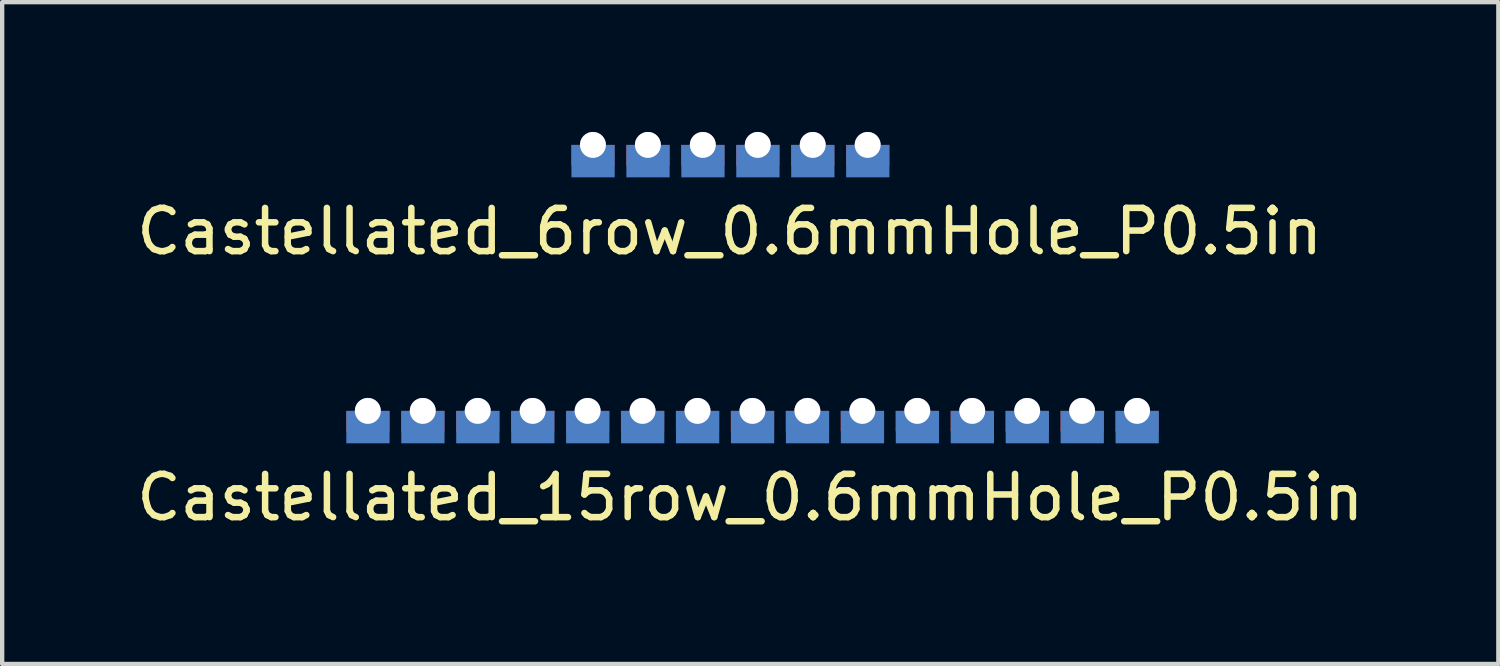
<source format=kicad_pcb>
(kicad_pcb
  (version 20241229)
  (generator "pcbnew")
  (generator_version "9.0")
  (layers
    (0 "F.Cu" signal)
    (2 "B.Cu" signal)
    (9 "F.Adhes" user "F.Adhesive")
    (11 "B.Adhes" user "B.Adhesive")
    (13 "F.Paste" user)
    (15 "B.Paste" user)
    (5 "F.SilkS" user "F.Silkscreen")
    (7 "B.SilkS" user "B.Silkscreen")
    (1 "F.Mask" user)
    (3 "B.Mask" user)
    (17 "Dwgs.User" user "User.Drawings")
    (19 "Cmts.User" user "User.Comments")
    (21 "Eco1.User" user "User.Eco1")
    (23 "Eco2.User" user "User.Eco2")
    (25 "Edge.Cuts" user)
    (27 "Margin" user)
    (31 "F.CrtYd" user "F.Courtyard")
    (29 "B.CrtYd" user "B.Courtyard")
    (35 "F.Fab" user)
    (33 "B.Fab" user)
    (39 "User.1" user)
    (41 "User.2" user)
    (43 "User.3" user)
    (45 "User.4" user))
  (footprint "Castellated_15row_0.6mmHole_P0.5in"
    (layer "F.Cu")
    (at 14.342 6.448)
    (property "Reference" "Castellated_15row_0.6mmHole_P0.5in" (at -0.05 2 0) (layer "F.SilkS") (effects (font (size 1 1) (thickness 0.15))))
    (attr through_hole)
    (pad "1" thru_hole circle (at 8.89 0) (size 0.6 0.6) (drill 0.6) (layers "*.Cu"))
    (pad "1" smd rect (at 8.89 0.225) (size 1 0.45) (layers "F.Cu" "F.Mask"))
    (pad "1" smd roundrect (at 8.89 0.45) (size 1 0.2) (layers "F.Cu" "F.Mask") (roundrect_rratio 0.5))
    (pad "1" smd rect (at 8.893 0.374) (size 1 0.75) (layers "B.Cu" "B.Mask"))
    (pad "2" thru_hole circle (at 7.62 0) (size 0.6 0.6) (drill 0.6) (layers "*.Cu"))
    (pad "2" smd rect (at 7.62 0.225) (size 1 0.45) (layers "F.Cu" "F.Mask"))
    (pad "2" smd roundrect (at 7.62 0.45) (size 1 0.2) (layers "F.Cu" "F.Mask") (roundrect_rratio 0.5))
    (pad "2" smd rect (at 7.623 0.374) (size 1 0.75) (layers "B.Cu" "B.Mask"))
    (pad "3" thru_hole circle (at 6.35 0) (size 0.6 0.6) (drill 0.6) (layers "*.Cu"))
    (pad "3" smd rect (at 6.35 0.225) (size 1 0.45) (layers "F.Cu" "F.Mask"))
    (pad "3" smd roundrect (at 6.35 0.45) (size 1 0.2) (layers "F.Cu" "F.Mask") (roundrect_rratio 0.5))
    (pad "3" smd rect (at 6.353 0.374) (size 1 0.75) (layers "B.Cu" "B.Mask"))
    (pad "4" thru_hole circle (at 5.08 0) (size 0.6 0.6) (drill 0.6) (layers "*.Cu"))
    (pad "4" smd rect (at 5.08 0.225) (size 1 0.45) (layers "F.Cu" "F.Mask"))
    (pad "4" smd roundrect (at 5.08 0.45) (size 1 0.2) (layers "F.Cu" "F.Mask") (roundrect_rratio 0.5))
    (pad "4" smd rect (at 5.083 0.374) (size 1 0.75) (layers "B.Cu" "B.Mask"))
    (pad "5" thru_hole circle (at 3.81 0) (size 0.6 0.6) (drill 0.6) (layers "*.Cu"))
    (pad "5" smd rect (at 3.81 0.225) (size 1 0.45) (layers "F.Cu" "F.Mask"))
    (pad "5" smd roundrect (at 3.81 0.45) (size 1 0.2) (layers "F.Cu" "F.Mask") (roundrect_rratio 0.5))
    (pad "5" smd rect (at 3.813 0.374) (size 1 0.75) (layers "B.Cu" "B.Mask"))
    (pad "6" thru_hole circle (at 2.54 0) (size 0.6 0.6) (drill 0.6) (layers "*.Cu"))
    (pad "6" smd rect (at 2.54 0.225) (size 1 0.45) (layers "F.Cu" "F.Mask"))
    (pad "6" smd roundrect (at 2.54 0.45) (size 1 0.2) (layers "F.Cu" "F.Mask") (roundrect_rratio 0.5))
    (pad "6" smd rect (at 2.543 0.374) (size 1 0.75) (layers "B.Cu" "B.Mask"))
    (pad "7" thru_hole circle (at 1.27 0) (size 0.6 0.6) (drill 0.6) (layers "*.Cu"))
    (pad "7" smd rect (at 1.27 0.225) (size 1 0.45) (layers "F.Cu" "F.Mask"))
    (pad "7" smd roundrect (at 1.27 0.45) (size 1 0.2) (layers "F.Cu" "F.Mask") (roundrect_rratio 0.5))
    (pad "7" smd rect (at 1.273 0.374) (size 1 0.75) (layers "B.Cu" "B.Mask"))
    (pad "8" thru_hole circle (at 0 0) (size 0.6 0.6) (drill 0.6) (layers "*.Cu"))
    (pad "8" smd rect (at 0 0.225) (size 1 0.45) (layers "F.Cu" "F.Mask"))
    (pad "8" smd roundrect (at 0 0.45) (size 1 0.2) (layers "F.Cu" "F.Mask") (roundrect_rratio 0.5))
    (pad "8" smd rect (at 0.003 0.374) (size 1 0.75) (layers "B.Cu" "B.Mask"))
    (pad "9" thru_hole circle (at -1.27 0) (size 0.6 0.6) (drill 0.6) (layers "*.Cu"))
    (pad "9" smd rect (at -1.27 0.225) (size 1 0.45) (layers "F.Cu" "F.Mask"))
    (pad "9" smd roundrect (at -1.27 0.45) (size 1 0.2) (layers "F.Cu" "F.Mask") (roundrect_rratio 0.5))
    (pad "9" smd rect (at -1.267 0.374) (size 1 0.75) (layers "B.Cu" "B.Mask"))
    (pad "10" thru_hole circle (at -2.54 0) (size 0.6 0.6) (drill 0.6) (layers "*.Cu"))
    (pad "10" smd rect (at -2.54 0.225) (size 1 0.45) (layers "F.Cu" "F.Mask"))
    (pad "10" smd roundrect (at -2.54 0.45) (size 1 0.2) (layers "F.Cu" "F.Mask") (roundrect_rratio 0.5))
    (pad "10" smd rect (at -2.537 0.374) (size 1 0.75) (layers "B.Cu" "B.Mask"))
    (pad "11" thru_hole circle (at -3.81 0) (size 0.6 0.6) (drill 0.6) (layers "*.Cu"))
    (pad "11" smd rect (at -3.81 0.225) (size 1 0.45) (layers "F.Cu" "F.Mask"))
    (pad "11" smd roundrect (at -3.81 0.45) (size 1 0.2) (layers "F.Cu" "F.Mask") (roundrect_rratio 0.5))
    (pad "11" smd rect (at -3.807 0.374) (size 1 0.75) (layers "B.Cu" "B.Mask"))
    (pad "12" thru_hole circle (at -5.08 0) (size 0.6 0.6) (drill 0.6) (layers "*.Cu"))
    (pad "12" smd rect (at -5.08 0.225) (size 1 0.45) (layers "F.Cu" "F.Mask"))
    (pad "12" smd roundrect (at -5.08 0.45) (size 1 0.2) (layers "F.Cu" "F.Mask") (roundrect_rratio 0.5))
    (pad "12" smd rect (at -5.077 0.374) (size 1 0.75) (layers "B.Cu" "B.Mask"))
    (pad "13" thru_hole circle (at -6.35 0) (size 0.6 0.6) (drill 0.6) (layers "*.Cu"))
    (pad "13" smd rect (at -6.35 0.225) (size 1 0.45) (layers "F.Cu" "F.Mask"))
    (pad "13" smd roundrect (at -6.35 0.45) (size 1 0.2) (layers "F.Cu" "F.Mask") (roundrect_rratio 0.5))
    (pad "13" smd rect (at -6.347 0.374) (size 1 0.75) (layers "B.Cu" "B.Mask"))
    (pad "14" thru_hole circle (at -7.62 0) (size 0.6 0.6) (drill 0.6) (layers "*.Cu"))
    (pad "14" smd rect (at -7.62 0.225) (size 1 0.45) (layers "F.Cu" "F.Mask"))
    (pad "14" smd roundrect (at -7.62 0.45) (size 1 0.2) (layers "F.Cu" "F.Mask") (roundrect_rratio 0.5))
    (pad "14" smd rect (at -7.617 0.374) (size 1 0.75) (layers "B.Cu" "B.Mask"))
    (pad "15" thru_hole circle (at -8.89 0) (size 0.6 0.6) (drill 0.6) (layers "*.Cu"))
    (pad "15" smd rect (at -8.89 0.225) (size 1 0.45) (layers "F.Cu" "F.Mask"))
    (pad "15" smd roundrect (at -8.89 0.45) (size 1 0.2) (layers "F.Cu" "F.Mask") (roundrect_rratio 0.5))
    (pad "15" smd rect (at -8.887 0.374) (size 1 0.75) (layers "B.Cu" "B.Mask")))
  (footprint "Castellated_6row_0.6mmHole_P0.5in"
    (layer "F.Cu")
    (at 13.865 0.3)
    (property "Reference" "Castellated_6row_0.6mmHole_P0.5in" (at -0.05 2 0) (layer "F.SilkS") (effects (font (size 1 1) (thickness 0.15))))
    (attr through_hole)
    (pad "1" thru_hole circle (at 3.14 0) (size 0.6 0.6) (drill 0.6) (layers "*.Cu"))
    (pad "1" smd rect (at 3.14 0.225) (size 1 0.45) (layers "F.Cu" "F.Mask"))
    (pad "1" smd roundrect (at 3.14 0.45) (size 1 0.2) (layers "F.Cu" "F.Mask") (roundrect_rratio 0.5))
    (pad "1" smd rect (at 3.143 0.374) (size 1 0.75) (layers "B.Cu" "B.Mask"))
    (pad "2" thru_hole circle (at 1.87 0) (size 0.6 0.6) (drill 0.6) (layers "*.Cu"))
    (pad "2" smd rect (at 1.87 0.225) (size 1 0.45) (layers "F.Cu" "F.Mask"))
    (pad "2" smd roundrect (at 1.87 0.45) (size 1 0.2) (layers "F.Cu" "F.Mask") (roundrect_rratio 0.5))
    (pad "2" smd rect (at 1.873 0.374) (size 1 0.75) (layers "B.Cu" "B.Mask"))
    (pad "3" thru_hole circle (at 0.6 0) (size 0.6 0.6) (drill 0.6) (layers "*.Cu"))
    (pad "3" smd rect (at 0.6 0.225) (size 1 0.45) (layers "F.Cu" "F.Mask"))
    (pad "3" smd roundrect (at 0.6 0.45) (size 1 0.2) (layers "F.Cu" "F.Mask") (roundrect_rratio 0.5))
    (pad "3" smd rect (at 0.603 0.374) (size 1 0.75) (layers "B.Cu" "B.Mask"))
    (pad "4" thru_hole circle (at -0.67 0) (size 0.6 0.6) (drill 0.6) (layers "*.Cu"))
    (pad "4" smd rect (at -0.67 0.225) (size 1 0.45) (layers "F.Cu" "F.Mask"))
    (pad "4" smd roundrect (at -0.67 0.45) (size 1 0.2) (layers "F.Cu" "F.Mask") (roundrect_rratio 0.5))
    (pad "4" smd rect (at -0.667 0.374) (size 1 0.75) (layers "B.Cu" "B.Mask"))
    (pad "5" thru_hole circle (at -1.94 0) (size 0.6 0.6) (drill 0.6) (layers "*.Cu"))
    (pad "5" smd rect (at -1.94 0.225) (size 1 0.45) (layers "F.Cu" "F.Mask"))
    (pad "5" smd roundrect (at -1.94 0.45) (size 1 0.2) (layers "F.Cu" "F.Mask") (roundrect_rratio 0.5))
    (pad "5" smd rect (at -1.937 0.374) (size 1 0.75) (layers "B.Cu" "B.Mask"))
    (pad "6" thru_hole circle (at -3.21 0) (size 0.6 0.6) (drill 0.6) (layers "*.Cu"))
    (pad "6" smd rect (at -3.21 0.225) (size 1 0.45) (layers "F.Cu" "F.Mask"))
    (pad "6" smd roundrect (at -3.21 0.45) (size 1 0.2) (layers "F.Cu" "F.Mask") (roundrect_rratio 0.5))
    (pad "6" smd rect (at -3.207 0.374) (size 1 0.75) (layers "B.Cu" "B.Mask")))
  (gr_rect
    (start -3 -3)
    (end 31.583 12.297)
    (stroke (width 0.1) (type default))
    (fill no)
    (layer "Edge.Cuts")))
</source>
